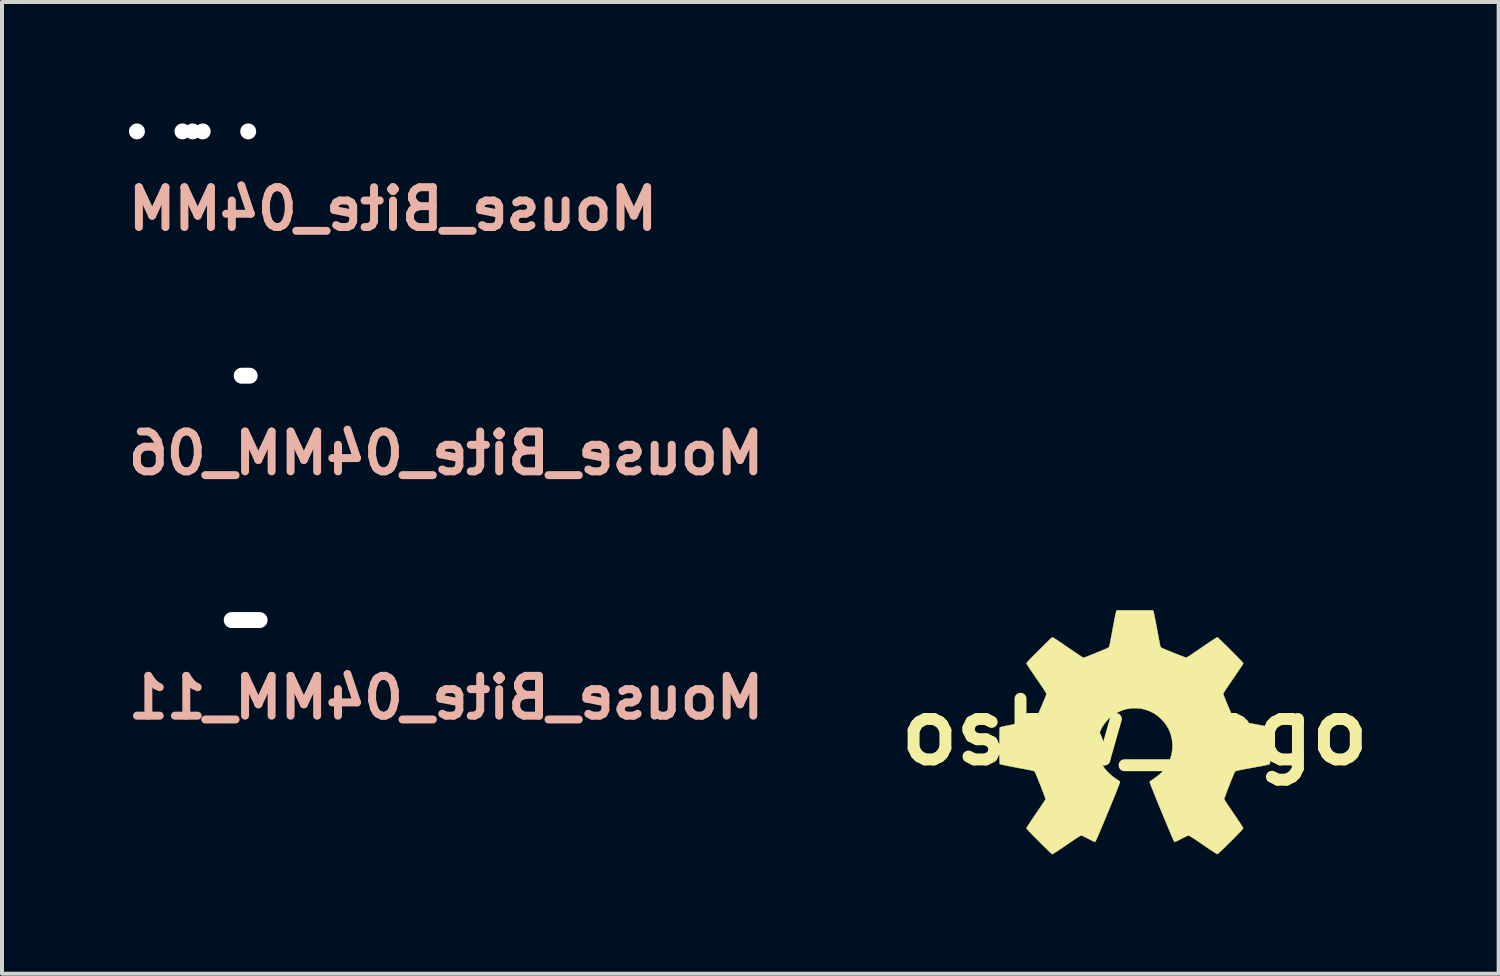
<source format=kicad_pcb>
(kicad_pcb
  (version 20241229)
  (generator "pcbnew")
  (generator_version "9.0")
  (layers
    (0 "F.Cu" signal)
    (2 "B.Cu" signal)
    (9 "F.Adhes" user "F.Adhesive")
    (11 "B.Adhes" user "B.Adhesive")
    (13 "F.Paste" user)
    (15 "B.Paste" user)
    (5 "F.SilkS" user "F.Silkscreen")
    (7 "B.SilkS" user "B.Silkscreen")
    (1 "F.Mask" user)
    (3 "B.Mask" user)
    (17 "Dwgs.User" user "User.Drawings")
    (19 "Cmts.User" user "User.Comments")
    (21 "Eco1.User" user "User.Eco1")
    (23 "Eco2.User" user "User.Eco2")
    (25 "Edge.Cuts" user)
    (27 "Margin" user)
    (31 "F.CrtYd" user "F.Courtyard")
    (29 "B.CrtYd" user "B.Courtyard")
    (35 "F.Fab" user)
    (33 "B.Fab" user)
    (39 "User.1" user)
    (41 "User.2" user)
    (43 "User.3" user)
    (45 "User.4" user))
  (footprint "Mouse_Bite_04MM"
    (layer "F.Cu")
    (at 1.786 0.25)
    (property "Reference" "Mouse_Bite_04MM" (at 5.033 1.949 180) (layer "B.SilkS") (effects (font (size 1 1) (thickness 0.2)) (justify mirror)))
    (attr through_hole)
    (pad "" np_thru_hole circle (at -1.397 0) (size 0.4 0.4) (drill 0.4) (layers "*.Cu"))
    (pad "" np_thru_hole circle (at -0.254 0) (size 0.4 0.4) (drill 0.4) (layers "*.Cu"))
    (pad "" np_thru_hole circle (at 0 0) (size 0.4 0.4) (drill 0.4) (layers "*.Cu"))
    (pad "" np_thru_hole circle (at 0.254 0) (size 0.4 0.4) (drill 0.4) (layers "*.Cu"))
    (pad "" np_thru_hole circle (at 1.397 0) (size 0.4 0.4) (drill 0.4) (layers "*.Cu")))
  (footprint "Mouse_Bite_04MM_11"
    (layer "F.Cu")
    (at 3.119 12.521)
    (property "Reference" "Mouse_Bite_04MM_11" (at 5.033 1.949 180) (layer "B.SilkS") (effects (font (size 1 1) (thickness 0.2)) (justify mirror)))
    (attr through_hole)
    (pad "" np_thru_hole oval (at 0 0) (size 1.1 0.4) (drill oval 1.1 0.4) (layers "*.Cu")))
  (footprint "Mouse_Bite_04MM_06"
    (layer "F.Cu")
    (at 3.119 6.385)
    (property "Reference" "Mouse_Bite_04MM_06" (at 5.033 1.949 180) (layer "B.SilkS") (effects (font (size 1 1) (thickness 0.2)) (justify mirror)))
    (attr through_hole)
    (pad "" np_thru_hole oval (at 0 0) (size 0.6 0.4) (drill oval 0.6 0.4) (layers "*.Cu")))
  (footprint "oshw_logo"
    (layer "F.Cu")
    (at 25.444 15.332)
    (property "Reference" "oshw_logo" (at 0 0 0) (layer "F.SilkS") (effects (font (size 1.524 1.524) (thickness 0.3))))
    (attr through_hole)
    (fp_poly (pts (xy 0.469 -3.037) (xy 0.473 -3.026) (xy 0.479 -2.999) (xy 0.488 -2.958) (xy 0.499 -2.907) (xy 0.511 -2.845) (xy 0.525 -2.774) (xy 0.539 -2.697) (xy 0.555 -2.615) (xy 0.558 -2.595) (xy 0.574 -2.512) (xy 0.589 -2.433) (xy 0.602 -2.361) (xy 0.615 -2.296) (xy 0.626 -2.241) (xy 0.634 -2.197) (xy 0.641 -2.166) (xy 0.645 -2.15) (xy 0.645 -2.148) (xy 0.66 -2.126) (xy 0.676 -2.113) (xy 0.697 -2.103) (xy 0.73 -2.089) (xy 0.773 -2.07) (xy 0.824 -2.049) (xy 0.881 -2.026) (xy 0.941 -2.002) (xy 1.002 -1.977) (xy 1.063 -1.953) (xy 1.12 -1.931) (xy 1.173 -1.91) (xy 1.218 -1.893) (xy 1.254 -1.88) (xy 1.279 -1.871) (xy 1.289 -1.869) (xy 1.294 -1.869) (xy 1.3 -1.87) (xy 1.307 -1.872) (xy 1.316 -1.876) (xy 1.329 -1.884) (xy 1.346 -1.894) (xy 1.369 -1.909) (xy 1.398 -1.928) (xy 1.435 -1.952) (xy 1.48 -1.983) (xy 1.535 -2.02) (xy 1.599 -2.064) (xy 1.675 -2.116) (xy 1.764 -2.176) (xy 1.832 -2.223) (xy 1.888 -2.261) (xy 1.939 -2.295) (xy 1.985 -2.325) (xy 2.024 -2.35) (xy 2.053 -2.368) (xy 2.071 -2.377) (xy 2.075 -2.379) (xy 2.084 -2.373) (xy 2.102 -2.357) (xy 2.13 -2.331) (xy 2.166 -2.297) (xy 2.208 -2.256) (xy 2.256 -2.21) (xy 2.307 -2.16) (xy 2.36 -2.107) (xy 2.414 -2.053) (xy 2.468 -1.999) (xy 2.52 -1.946) (xy 2.57 -1.896) (xy 2.614 -1.851) (xy 2.653 -1.81) (xy 2.685 -1.777) (xy 2.708 -1.752) (xy 2.722 -1.736) (xy 2.725 -1.731) (xy 2.725 -1.727) (xy 2.725 -1.723) (xy 2.723 -1.716) (xy 2.719 -1.707) (xy 2.712 -1.694) (xy 2.7 -1.676) (xy 2.684 -1.651) (xy 2.663 -1.619) (xy 2.636 -1.579) (xy 2.601 -1.528) (xy 2.559 -1.467) (xy 2.509 -1.394) (xy 2.467 -1.332) (xy 2.406 -1.243) (xy 2.354 -1.167) (xy 2.312 -1.103) (xy 2.278 -1.052) (xy 2.253 -1.012) (xy 2.236 -0.983) (xy 2.227 -0.964) (xy 2.225 -0.957) (xy 2.228 -0.943) (xy 2.237 -0.917) (xy 2.252 -0.879) (xy 2.27 -0.832) (xy 2.292 -0.778) (xy 2.317 -0.719) (xy 2.343 -0.657) (xy 2.37 -0.594) (xy 2.396 -0.532) (xy 2.422 -0.474) (xy 2.445 -0.422) (xy 2.466 -0.376) (xy 2.483 -0.341) (xy 2.495 -0.317) (xy 2.501 -0.308) (xy 2.507 -0.304) (xy 2.515 -0.299) (xy 2.528 -0.294) (xy 2.546 -0.289) (xy 2.572 -0.282) (xy 2.606 -0.275) (xy 2.65 -0.266) (xy 2.705 -0.255) (xy 2.773 -0.242) (xy 2.855 -0.227) (xy 2.946 -0.21) (xy 3.049 -0.191) (xy 3.136 -0.174) (xy 3.208 -0.16) (xy 3.267 -0.149) (xy 3.313 -0.139) (xy 3.347 -0.131) (xy 3.371 -0.124) (xy 3.385 -0.119) (xy 3.389 -0.116) (xy 3.392 -0.112) (xy 3.395 -0.106) (xy 3.397 -0.096) (xy 3.399 -0.081) (xy 3.4 -0.059) (xy 3.402 -0.03) (xy 3.402 0.008) (xy 3.403 0.057) (xy 3.403 0.118) (xy 3.404 0.192) (xy 3.404 0.281) (xy 3.404 0.346) (xy 3.404 0.445) (xy 3.403 0.528) (xy 3.403 0.597) (xy 3.403 0.653) (xy 3.402 0.698) (xy 3.401 0.733) (xy 3.4 0.759) (xy 3.398 0.778) (xy 3.396 0.791) (xy 3.394 0.799) (xy 3.391 0.804) (xy 3.389 0.806) (xy 3.375 0.812) (xy 3.348 0.82) (xy 3.309 0.83) (xy 3.261 0.84) (xy 3.23 0.846) (xy 3.104 0.869) (xy 2.994 0.889) (xy 2.898 0.907) (xy 2.816 0.922) (xy 2.747 0.935) (xy 2.689 0.947) (xy 2.642 0.956) (xy 2.604 0.964) (xy 2.575 0.971) (xy 2.553 0.976) (xy 2.538 0.981) (xy 2.528 0.985) (xy 2.523 0.988) (xy 2.522 0.989) (xy 2.515 1.001) (xy 2.503 1.026) (xy 2.487 1.063) (xy 2.467 1.11) (xy 2.445 1.164) (xy 2.42 1.224) (xy 2.395 1.288) (xy 2.369 1.352) (xy 2.344 1.417) (xy 2.32 1.479) (xy 2.299 1.537) (xy 2.28 1.588) (xy 2.264 1.631) (xy 2.253 1.663) (xy 2.248 1.683) (xy 2.247 1.688) (xy 2.253 1.699) (xy 2.267 1.722) (xy 2.289 1.755) (xy 2.318 1.799) (xy 2.352 1.851) (xy 2.392 1.91) (xy 2.435 1.974) (xy 2.482 2.042) (xy 2.489 2.052) (xy 2.536 2.121) (xy 2.579 2.186) (xy 2.619 2.245) (xy 2.654 2.298) (xy 2.683 2.343) (xy 2.705 2.379) (xy 2.72 2.403) (xy 2.726 2.415) (xy 2.726 2.416) (xy 2.72 2.426) (xy 2.704 2.447) (xy 2.677 2.476) (xy 2.643 2.513) (xy 2.602 2.556) (xy 2.555 2.605) (xy 2.505 2.656) (xy 2.451 2.71) (xy 2.397 2.764) (xy 2.342 2.818) (xy 2.29 2.87) (xy 2.239 2.919) (xy 2.193 2.963) (xy 2.153 3) (xy 2.12 3.031) (xy 2.095 3.052) (xy 2.079 3.064) (xy 2.076 3.065) (xy 2.064 3.06) (xy 2.04 3.046) (xy 2.004 3.024) (xy 1.957 2.994) (xy 1.901 2.956) (xy 1.835 2.913) (xy 1.762 2.863) (xy 1.717 2.832) (xy 1.634 2.775) (xy 1.563 2.727) (xy 1.505 2.688) (xy 1.457 2.657) (xy 1.419 2.633) (xy 1.391 2.616) (xy 1.37 2.605) (xy 1.357 2.6) (xy 1.352 2.599) (xy 1.335 2.604) (xy 1.305 2.616) (xy 1.263 2.635) (xy 1.211 2.662) (xy 1.175 2.68) (xy 1.122 2.708) (xy 1.076 2.731) (xy 1.04 2.747) (xy 1.015 2.757) (xy 1.005 2.759) (xy 1.001 2.757) (xy 0.996 2.751) (xy 0.99 2.741) (xy 0.982 2.726) (xy 0.971 2.705) (xy 0.958 2.676) (xy 0.942 2.64) (xy 0.922 2.594) (xy 0.898 2.539) (xy 0.871 2.473) (xy 0.838 2.396) (xy 0.801 2.306) (xy 0.758 2.203) (xy 0.709 2.085) (xy 0.679 2.012) (xy 0.619 1.868) (xy 0.566 1.739) (xy 0.52 1.624) (xy 0.48 1.525) (xy 0.446 1.441) (xy 0.419 1.373) (xy 0.399 1.32) (xy 0.385 1.282) (xy 0.378 1.259) (xy 0.377 1.253) (xy 0.387 1.239) (xy 0.407 1.223) (xy 0.422 1.213) (xy 0.467 1.184) (xy 0.519 1.147) (xy 0.572 1.106) (xy 0.624 1.064) (xy 0.668 1.025) (xy 0.689 1.004) (xy 0.768 0.91) (xy 0.834 0.806) (xy 0.886 0.694) (xy 0.924 0.576) (xy 0.945 0.454) (xy 0.947 0.434) (xy 0.95 0.304) (xy 0.936 0.179) (xy 0.907 0.059) (xy 0.862 -0.055) (xy 0.801 -0.164) (xy 0.725 -0.265) (xy 0.687 -0.306) (xy 0.595 -0.392) (xy 0.494 -0.463) (xy 0.387 -0.519) (xy 0.275 -0.561) (xy 0.16 -0.588) (xy 0.041 -0.599) (xy -0.078 -0.596) (xy -0.197 -0.578) (xy -0.314 -0.544) (xy -0.429 -0.494) (xy -0.529 -0.436) (xy -0.557 -0.416) (xy -0.591 -0.388) (xy -0.627 -0.356) (xy -0.653 -0.332) (xy -0.738 -0.239) (xy -0.808 -0.139) (xy -0.864 -0.031) (xy -0.905 0.083) (xy -0.932 0.2) (xy -0.943 0.32) (xy -0.938 0.442) (xy -0.918 0.564) (xy -0.881 0.685) (xy -0.864 0.73) (xy -0.81 0.833) (xy -0.741 0.933) (xy -0.656 1.026) (xy -0.557 1.113) (xy -0.443 1.194) (xy -0.417 1.21) (xy -0.393 1.227) (xy -0.375 1.243) (xy -0.368 1.253) (xy -0.371 1.264) (xy -0.379 1.29) (xy -0.395 1.331) (xy -0.416 1.387) (xy -0.444 1.457) (xy -0.477 1.541) (xy -0.517 1.638) (xy -0.562 1.75) (xy -0.613 1.874) (xy -0.67 2.011) (xy -0.671 2.012) (xy -0.723 2.139) (xy -0.769 2.25) (xy -0.81 2.348) (xy -0.845 2.433) (xy -0.876 2.505) (xy -0.902 2.567) (xy -0.924 2.618) (xy -0.942 2.659) (xy -0.957 2.692) (xy -0.969 2.717) (xy -0.978 2.735) (xy -0.986 2.748) (xy -0.991 2.755) (xy -0.995 2.758) (xy -0.996 2.759) (xy -1.01 2.755) (xy -1.036 2.745) (xy -1.072 2.728) (xy -1.118 2.705) (xy -1.168 2.679) (xy -1.222 2.65) (xy -1.264 2.629) (xy -1.296 2.614) (xy -1.319 2.605) (xy -1.336 2.601) (xy -1.348 2.601) (xy -1.362 2.606) (xy -1.386 2.619) (xy -1.422 2.641) (xy -1.47 2.672) (xy -1.53 2.712) (xy -1.603 2.761) (xy -1.69 2.82) (xy -1.711 2.834) (xy -1.791 2.889) (xy -1.862 2.937) (xy -1.924 2.978) (xy -1.976 3.012) (xy -2.017 3.038) (xy -2.047 3.055) (xy -2.064 3.064) (xy -2.067 3.065) (xy -2.075 3.062) (xy -2.089 3.052) (xy -2.11 3.034) (xy -2.139 3.008) (xy -2.176 2.973) (xy -2.222 2.928) (xy -2.277 2.874) (xy -2.344 2.808) (xy -2.402 2.749) (xy -2.483 2.669) (xy -2.551 2.6) (xy -2.607 2.542) (xy -2.652 2.495) (xy -2.685 2.459) (xy -2.706 2.434) (xy -2.717 2.419) (xy -2.718 2.416) (xy -2.713 2.406) (xy -2.7 2.383) (xy -2.679 2.349) (xy -2.65 2.306) (xy -2.616 2.254) (xy -2.577 2.195) (xy -2.534 2.131) (xy -2.488 2.063) (xy -2.48 2.052) (xy -2.433 1.984) (xy -2.389 1.919) (xy -2.349 1.859) (xy -2.314 1.806) (xy -2.284 1.761) (xy -2.261 1.726) (xy -2.246 1.701) (xy -2.239 1.689) (xy -2.239 1.688) (xy -2.241 1.677) (xy -2.248 1.652) (xy -2.261 1.615) (xy -2.278 1.569) (xy -2.298 1.515) (xy -2.321 1.456) (xy -2.345 1.392) (xy -2.371 1.327) (xy -2.396 1.263) (xy -2.422 1.2) (xy -2.445 1.143) (xy -2.467 1.091) (xy -2.485 1.048) (xy -2.5 1.015) (xy -2.51 0.994) (xy -2.514 0.989) (xy -2.521 0.984) (xy -2.538 0.979) (xy -2.564 0.972) (xy -2.6 0.963) (xy -2.649 0.953) (xy -2.71 0.941) (xy -2.785 0.926) (xy -2.875 0.91) (xy -2.947 0.896) (xy -3.048 0.877) (xy -3.137 0.86) (xy -3.214 0.845) (xy -3.277 0.832) (xy -3.326 0.821) (xy -3.36 0.813) (xy -3.378 0.807) (xy -3.38 0.806) (xy -3.384 0.802) (xy -3.386 0.796) (xy -3.389 0.786) (xy -3.39 0.772) (xy -3.392 0.75) (xy -3.393 0.721) (xy -3.394 0.683) (xy -3.394 0.634) (xy -3.395 0.574) (xy -3.395 0.5) (xy -3.395 0.411) (xy -3.395 0.347) (xy -3.395 0.245) (xy -3.395 0.158) (xy -3.394 0.086) (xy -3.394 0.027) (xy -3.393 -0.02) (xy -3.391 -0.056) (xy -3.39 -0.082) (xy -3.388 -0.1) (xy -3.386 -0.11) (xy -3.384 -0.114) (xy -3.378 -0.118) (xy -3.366 -0.122) (xy -3.346 -0.128) (xy -3.318 -0.135) (xy -3.279 -0.144) (xy -3.229 -0.154) (xy -3.166 -0.166) (xy -3.09 -0.181) (xy -2.999 -0.198) (xy -2.942 -0.209) (xy -2.845 -0.227) (xy -2.763 -0.242) (xy -2.696 -0.255) (xy -2.641 -0.266) (xy -2.597 -0.275) (xy -2.563 -0.282) (xy -2.538 -0.288) (xy -2.519 -0.294) (xy -2.507 -0.299) (xy -2.498 -0.303) (xy -2.493 -0.308) (xy -2.493 -0.308) (xy -2.485 -0.321) (xy -2.472 -0.347) (xy -2.454 -0.384) (xy -2.433 -0.431) (xy -2.409 -0.485) (xy -2.383 -0.544) (xy -2.356 -0.606) (xy -2.329 -0.669) (xy -2.303 -0.73) (xy -2.279 -0.788) (xy -2.258 -0.841) (xy -2.239 -0.887) (xy -2.226 -0.923) (xy -2.218 -0.947) (xy -2.215 -0.956) (xy -2.219 -0.967) (xy -2.231 -0.989) (xy -2.25 -1.021) (xy -2.278 -1.065) (xy -2.314 -1.12) (xy -2.36 -1.188) (xy -2.415 -1.268) (xy -2.46 -1.334) (xy -2.507 -1.404) (xy -2.552 -1.47) (xy -2.594 -1.531) (xy -2.631 -1.586) (xy -2.662 -1.632) (xy -2.686 -1.67) (xy -2.703 -1.697) (xy -2.712 -1.711) (xy -2.713 -1.713) (xy -2.714 -1.718) (xy -2.714 -1.724) (xy -2.712 -1.731) (xy -2.706 -1.741) (xy -2.697 -1.754) (xy -2.681 -1.771) (xy -2.66 -1.794) (xy -2.632 -1.824) (xy -2.596 -1.861) (xy -2.551 -1.906) (xy -2.496 -1.961) (xy -2.431 -2.027) (xy -2.398 -2.06) (xy -2.328 -2.13) (xy -2.268 -2.189) (xy -2.219 -2.238) (xy -2.178 -2.278) (xy -2.145 -2.31) (xy -2.12 -2.334) (xy -2.1 -2.352) (xy -2.085 -2.364) (xy -2.074 -2.371) (xy -2.065 -2.375) (xy -2.059 -2.376) (xy -2.054 -2.375) (xy -2.051 -2.374) (xy -2.04 -2.367) (xy -2.016 -2.352) (xy -1.981 -2.329) (xy -1.936 -2.3) (xy -1.883 -2.264) (xy -1.824 -2.224) (xy -1.759 -2.18) (xy -1.69 -2.132) (xy -1.675 -2.122) (xy -1.605 -2.074) (xy -1.539 -2.03) (xy -1.479 -1.988) (xy -1.424 -1.952) (xy -1.378 -1.921) (xy -1.341 -1.897) (xy -1.315 -1.88) (xy -1.301 -1.872) (xy -1.3 -1.871) (xy -1.294 -1.869) (xy -1.287 -1.867) (xy -1.28 -1.867) (xy -1.269 -1.869) (xy -1.253 -1.874) (xy -1.232 -1.881) (xy -1.203 -1.892) (xy -1.164 -1.907) (xy -1.115 -1.927) (xy -1.054 -1.952) (xy -0.979 -1.982) (xy -0.961 -1.99) (xy -0.883 -2.022) (xy -0.819 -2.048) (xy -0.767 -2.069) (xy -0.727 -2.086) (xy -0.697 -2.1) (xy -0.675 -2.111) (xy -0.66 -2.12) (xy -0.649 -2.128) (xy -0.643 -2.135) (xy -0.639 -2.142) (xy -0.637 -2.148) (xy -0.633 -2.161) (xy -0.628 -2.189) (xy -0.619 -2.23) (xy -0.609 -2.282) (xy -0.597 -2.345) (xy -0.583 -2.416) (xy -0.569 -2.493) (xy -0.554 -2.576) (xy -0.55 -2.595) (xy -0.535 -2.678) (xy -0.52 -2.756) (xy -0.506 -2.828) (xy -0.493 -2.893) (xy -0.482 -2.947) (xy -0.472 -2.99) (xy -0.465 -3.02) (xy -0.461 -3.036) (xy -0.46 -3.037) (xy -0.448 -3.056) (xy 0.457 -3.056) (xy 0.469 -3.037)) (stroke (width 0.01) (type solid)) (fill yes) (layer "F.SilkS")))
  (gr_rect
    (start -3 -3)
    (end 34.584 21.402)
    (stroke (width 0.1) (type default))
    (fill no)
    (layer "Edge.Cuts")))
</source>
